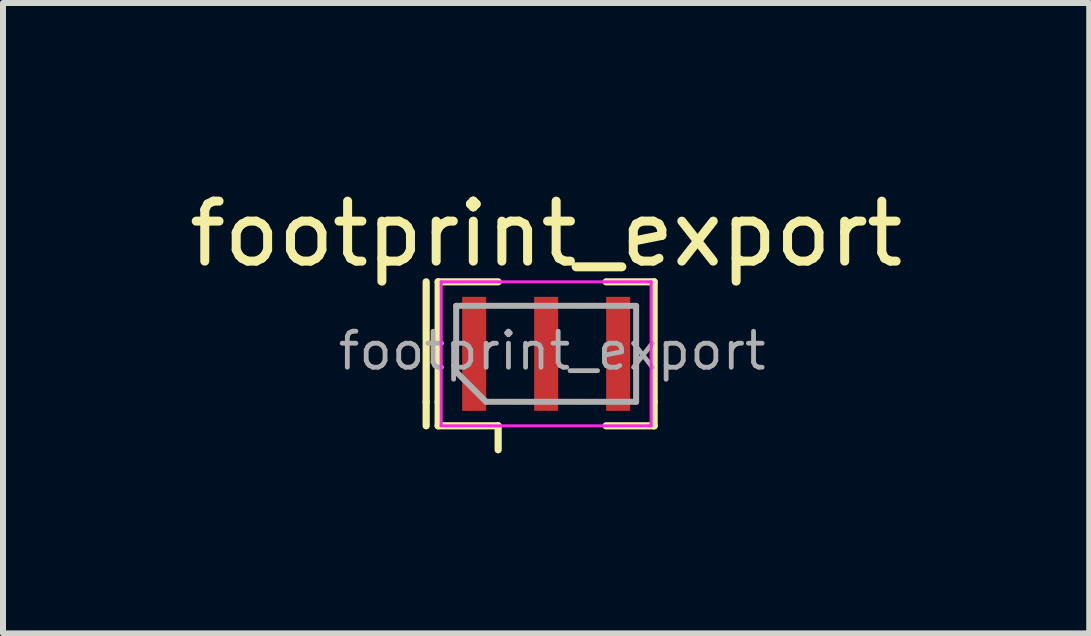
<source format=kicad_pcb>
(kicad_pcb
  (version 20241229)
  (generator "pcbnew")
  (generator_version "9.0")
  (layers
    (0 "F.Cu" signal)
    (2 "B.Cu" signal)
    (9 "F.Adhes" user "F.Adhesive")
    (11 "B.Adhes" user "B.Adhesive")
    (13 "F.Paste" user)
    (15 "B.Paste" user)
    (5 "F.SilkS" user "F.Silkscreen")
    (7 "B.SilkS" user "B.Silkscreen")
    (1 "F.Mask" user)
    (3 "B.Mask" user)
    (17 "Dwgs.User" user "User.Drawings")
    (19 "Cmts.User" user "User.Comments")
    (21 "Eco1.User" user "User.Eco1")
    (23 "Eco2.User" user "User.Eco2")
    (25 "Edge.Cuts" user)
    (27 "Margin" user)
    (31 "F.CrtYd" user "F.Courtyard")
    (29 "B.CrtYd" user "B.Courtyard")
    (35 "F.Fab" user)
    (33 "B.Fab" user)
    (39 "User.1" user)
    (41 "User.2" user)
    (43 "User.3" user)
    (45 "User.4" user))
  (footprint "footprint_export"
    (layer "F.Cu")
    (at 6.054 2.848)
    (property "Reference" "footprint_export" (at 0 -2 0) (layer "F.SilkS") (effects (font (size 1 1) (thickness 0.15))))
    (attr smd)
    (fp_line (start -2 -1.2) (end -2 0.8) (stroke (width 0.12) (type solid)) (layer "F.SilkS"))
    (fp_line (start -2 0.8) (end -2 1.2) (stroke (width 0.12) (type solid)) (layer "F.SilkS"))
    (fp_line (start -1.8 -1.2) (end -0.8 -1.2) (stroke (width 0.12) (type solid)) (layer "F.SilkS"))
    (fp_line (start -1.8 0.8) (end -1.8 -1.2) (stroke (width 0.12) (type solid)) (layer "F.SilkS"))
    (fp_line (start -1.8 0.8) (end -1.8 1.2) (stroke (width 0.12) (type solid)) (layer "F.SilkS"))
    (fp_line (start -0.8 1.2) (end -1.8 1.2) (stroke (width 0.12) (type solid)) (layer "F.SilkS"))
    (fp_line (start -0.8 1.2) (end -0.8 1.6) (stroke (width 0.12) (type solid)) (layer "F.SilkS"))
    (fp_line (start 1 -1.2) (end 1.8 -1.2) (stroke (width 0.12) (type solid)) (layer "F.SilkS"))
    (fp_line (start 1.8 -1.2) (end 1.8 0.8) (stroke (width 0.12) (type solid)) (layer "F.SilkS"))
    (fp_line (start 1.8 0.8) (end 1.8 1.2) (stroke (width 0.12) (type solid)) (layer "F.SilkS"))
    (fp_line (start 1.8 1.2) (end 1 1.2) (stroke (width 0.12) (type solid)) (layer "F.SilkS"))
    (fp_line (start -1.75 -1.2) (end 1.75 -1.2) (stroke (width 0.05) (type solid)) (layer "F.CrtYd"))
    (fp_line (start -1.75 1.2) (end -1.75 -1.2) (stroke (width 0.05) (type solid)) (layer "F.CrtYd"))
    (fp_line (start 1.75 -1.2) (end 1.75 1.2) (stroke (width 0.05) (type solid)) (layer "F.CrtYd"))
    (fp_line (start 1.75 1.2) (end -1.75 1.2) (stroke (width 0.05) (type solid)) (layer "F.CrtYd"))
    (fp_line (start -1.5 0.3) (end -1.5 -0.8) (stroke (width 0.1) (type solid)) (layer "F.Fab"))
    (fp_line (start -1 0.8) (end -1.5 0.3) (stroke (width 0.1) (type solid)) (layer "F.Fab"))
    (fp_line (start -1 0.8) (end 1.5 0.8) (stroke (width 0.1) (type solid)) (layer "F.Fab"))
    (fp_line (start 1.5 -0.8) (end -1.5 -0.8) (stroke (width 0.1) (type solid)) (layer "F.Fab"))
    (fp_line (start 1.5 0.8) (end 1.5 -0.8) (stroke (width 0.1) (type solid)) (layer "F.Fab"))
    (fp_text user "${REFERENCE}" (at 0.1 -0.05 0) (layer "F.Fab") (effects (font (size 0.6 0.6) (thickness 0.08))))
    (pad "1" smd rect (at -1.2 0) (size 0.4 1.9) (layers "F.Cu" "F.Mask" "F.Paste"))
    (pad "2" smd rect (at 0 0) (size 0.4 1.9) (layers "F.Cu" "F.Mask" "F.Paste"))
    (pad "3" smd rect (at 1.2 0) (size 0.4 1.9) (layers "F.Cu" "F.Mask" "F.Paste")))
  (gr_rect
    (start -3 -3)
    (end 15.107 7.508)
    (stroke (width 0.1) (type default))
    (fill no)
    (layer "Edge.Cuts")))
</source>
